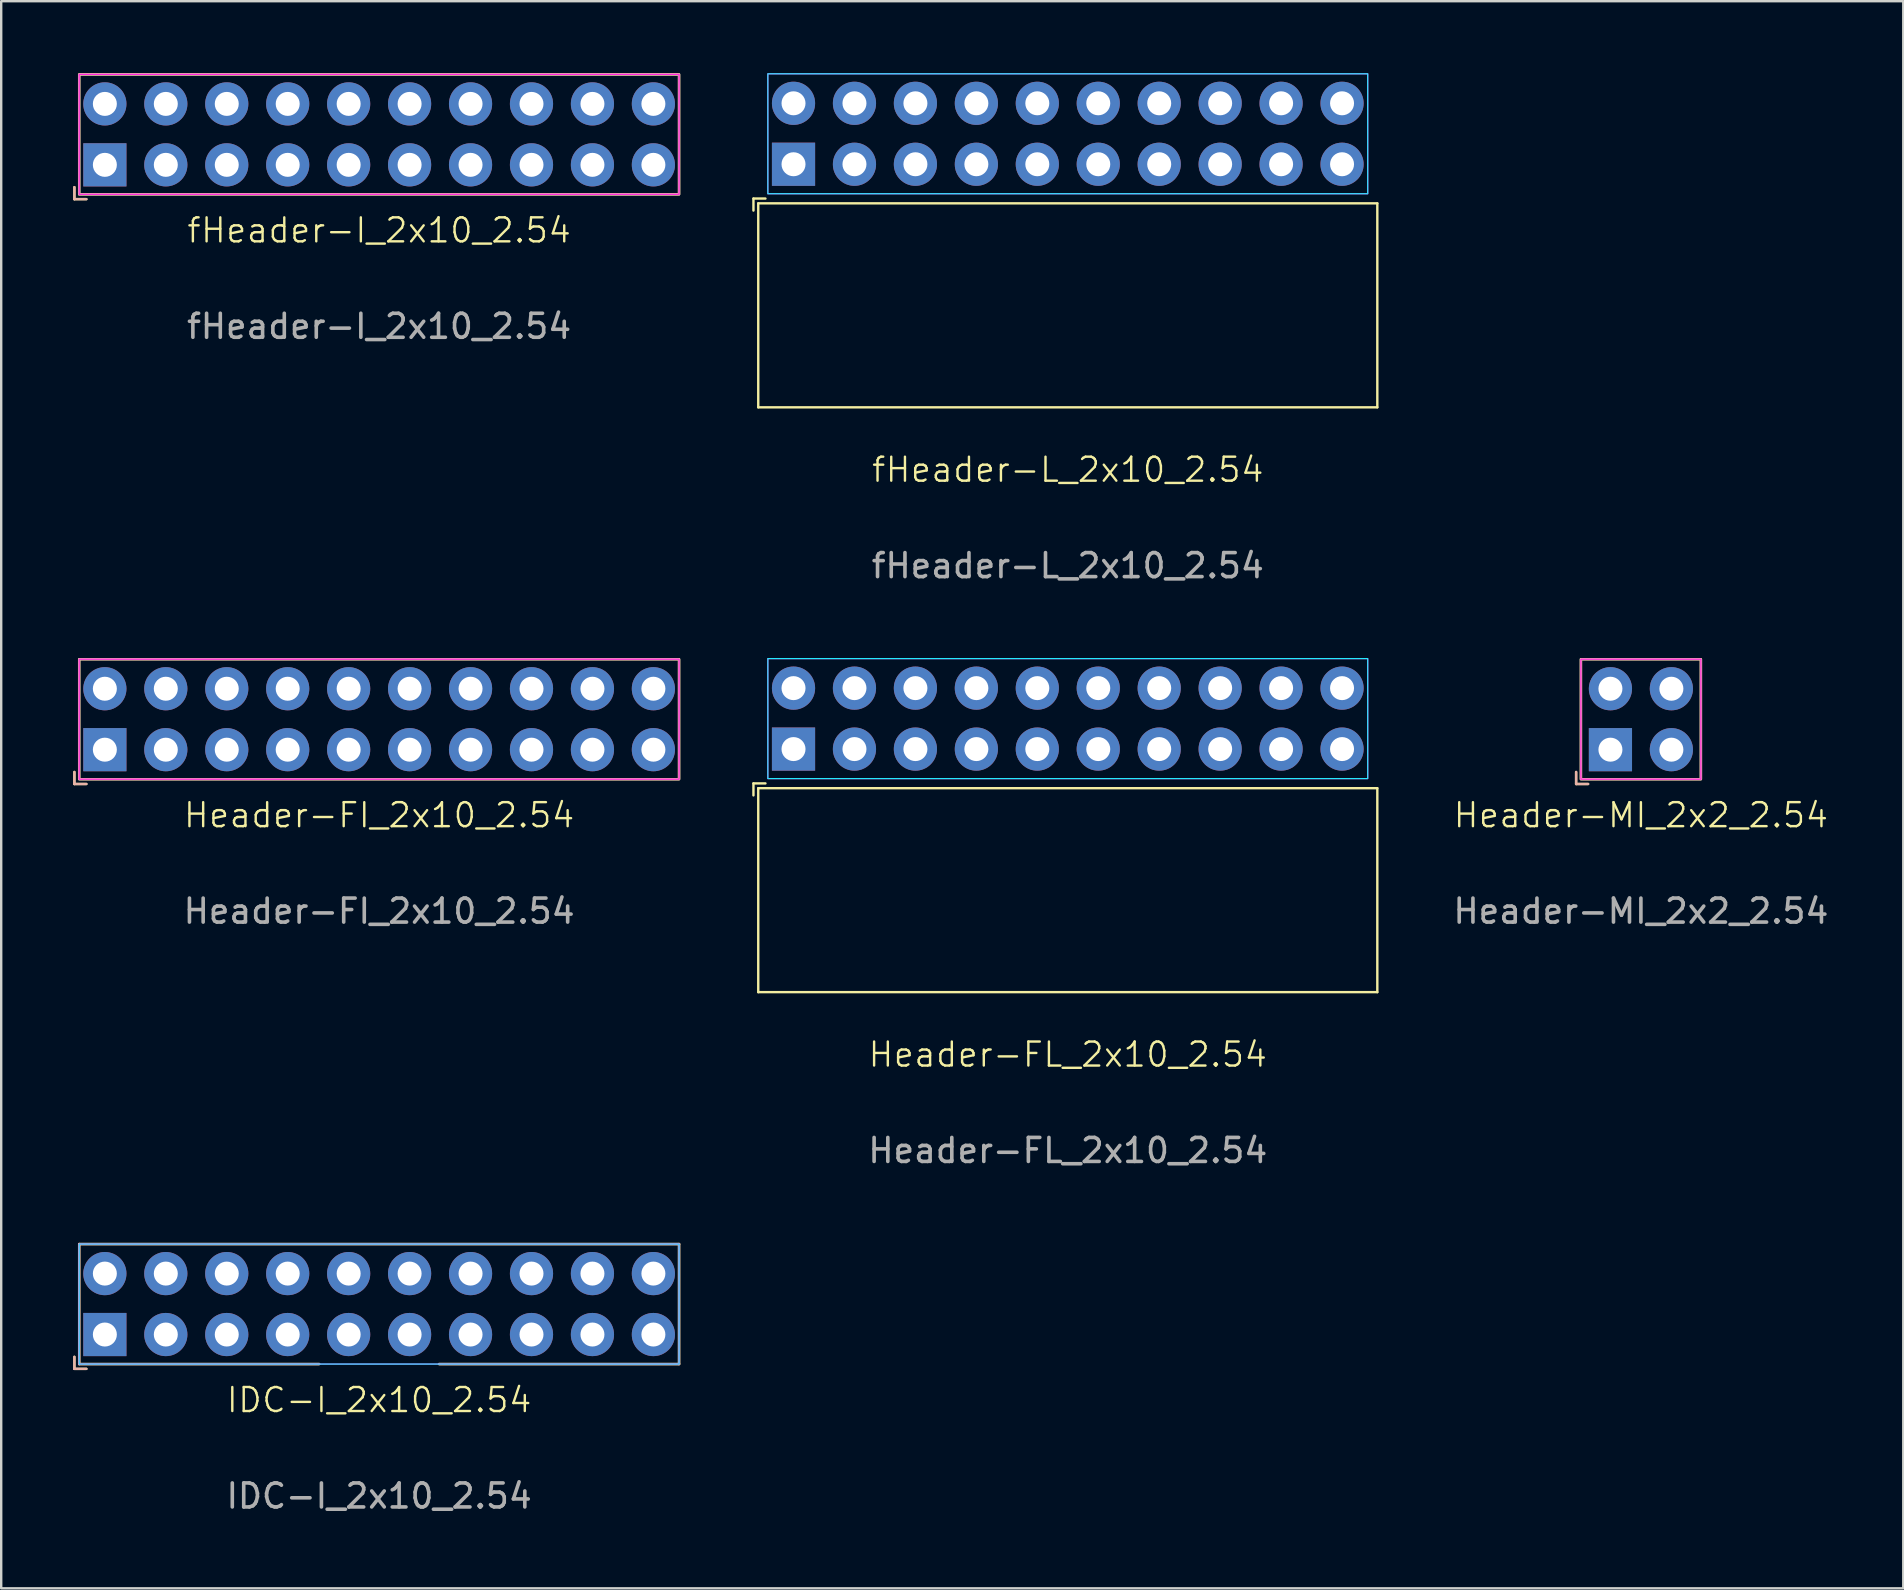
<source format=kicad_pcb>
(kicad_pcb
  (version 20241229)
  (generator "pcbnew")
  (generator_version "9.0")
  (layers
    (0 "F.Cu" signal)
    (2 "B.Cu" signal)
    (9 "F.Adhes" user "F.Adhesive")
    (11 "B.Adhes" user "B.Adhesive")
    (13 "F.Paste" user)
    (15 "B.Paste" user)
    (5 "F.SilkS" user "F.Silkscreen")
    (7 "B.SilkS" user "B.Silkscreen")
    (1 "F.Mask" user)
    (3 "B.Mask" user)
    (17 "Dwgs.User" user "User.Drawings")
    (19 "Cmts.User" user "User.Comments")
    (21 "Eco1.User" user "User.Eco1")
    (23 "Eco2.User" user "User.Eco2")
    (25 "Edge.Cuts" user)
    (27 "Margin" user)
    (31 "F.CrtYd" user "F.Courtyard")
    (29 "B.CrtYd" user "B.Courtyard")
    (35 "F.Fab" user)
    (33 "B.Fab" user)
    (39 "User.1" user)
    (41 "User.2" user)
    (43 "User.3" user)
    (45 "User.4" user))
  (footprint "fHeader-L_2x10_2.54"
    (layer "F.Cu")
    (at 41.45 2.525)
    (property "Reference" "fHeader-L_2x10_2.54" (at 0 14 0) (unlocked yes) (layer "F.SilkS") (effects (font (size 1 1) (thickness 0.1))))
    (attr through_hole)
    (fp_line (start -13.1 2.7) (end -13.1 3.2) (stroke (width 0.1) (type default)) (layer "F.SilkS"))
    (fp_line (start -13.1 2.7) (end -12.6 2.7) (stroke (width 0.1) (type default)) (layer "F.SilkS"))
    (fp_line (start -12.9 2.9) (end 12.9 2.9) (stroke (width 0.1) (type default)) (layer "F.SilkS"))
    (fp_line (start -12.9 11.4) (end -12.9 2.9) (stroke (width 0.1) (type default)) (layer "F.SilkS"))
    (fp_line (start 12.9 11.4) (end -12.9 11.4) (stroke (width 0.1) (type default)) (layer "F.SilkS"))
    (fp_line (start 12.9 11.4) (end 12.9 2.9) (stroke (width 0.1) (type default)) (layer "F.SilkS"))
    (fp_rect (start -12.5 2.5) (end 12.5 -2.5) (stroke (width 0.05) (type default)) (fill no) (layer "B.CrtYd"))
    (fp_rect (start -12.5 2.5) (end 12.5 -2.5) (stroke (width 0.05) (type default)) (fill no) (layer "F.CrtYd"))
    (fp_text user "${REFERENCE}" (at 0 18 0) (unlocked yes) (layer "F.Fab") (effects (font (size 1 1) (thickness 0.15))))
    (pad "1" thru_hole rect (at -11.43 1.27) (size 1.8 1.8) (drill 1) (layers "*.Cu" "*.Mask"))
    (pad "2" thru_hole circle (at -11.43 -1.27) (size 1.8 1.8) (drill 1) (layers "*.Cu" "*.Mask"))
    (pad "3" thru_hole circle (at -8.89 1.27) (size 1.8 1.8) (drill 1) (layers "*.Cu" "*.Mask"))
    (pad "4" thru_hole circle (at -8.89 -1.27) (size 1.8 1.8) (drill 1) (layers "*.Cu" "*.Mask"))
    (pad "5" thru_hole circle (at -6.35 1.27) (size 1.8 1.8) (drill 1) (layers "*.Cu" "*.Mask"))
    (pad "6" thru_hole circle (at -6.35 -1.27) (size 1.8 1.8) (drill 1) (layers "*.Cu" "*.Mask"))
    (pad "7" thru_hole circle (at -3.81 1.27) (size 1.8 1.8) (drill 1) (layers "*.Cu" "*.Mask"))
    (pad "8" thru_hole circle (at -3.81 -1.27) (size 1.8 1.8) (drill 1) (layers "*.Cu" "*.Mask"))
    (pad "9" thru_hole circle (at -1.27 1.27) (size 1.8 1.8) (drill 1) (layers "*.Cu" "*.Mask"))
    (pad "10" thru_hole circle (at -1.27 -1.27) (size 1.8 1.8) (drill 1) (layers "*.Cu" "*.Mask"))
    (pad "11" thru_hole circle (at 1.27 1.27) (size 1.8 1.8) (drill 1) (layers "*.Cu" "*.Mask"))
    (pad "12" thru_hole circle (at 1.27 -1.27) (size 1.8 1.8) (drill 1) (layers "*.Cu" "*.Mask"))
    (pad "13" thru_hole circle (at 3.81 1.27) (size 1.8 1.8) (drill 1) (layers "*.Cu" "*.Mask"))
    (pad "14" thru_hole circle (at 3.81 -1.27) (size 1.8 1.8) (drill 1) (layers "*.Cu" "*.Mask"))
    (pad "15" thru_hole circle (at 6.35 1.27) (size 1.8 1.8) (drill 1) (layers "*.Cu" "*.Mask"))
    (pad "16" thru_hole circle (at 6.35 -1.27) (size 1.8 1.8) (drill 1) (layers "*.Cu" "*.Mask"))
    (pad "17" thru_hole circle (at 8.89 1.27) (size 1.8 1.8) (drill 1) (layers "*.Cu" "*.Mask"))
    (pad "18" thru_hole circle (at 8.89 -1.27) (size 1.8 1.8) (drill 1) (layers "*.Cu" "*.Mask"))
    (pad "19" thru_hole circle (at 11.43 1.27) (size 1.8 1.8) (drill 1) (layers "*.Cu" "*.Mask"))
    (pad "20" thru_hole circle (at 11.43 -1.27) (size 1.8 1.8) (drill 1) (layers "*.Cu" "*.Mask")))
  (footprint "fHeader-I_2x10_2.54"
    (layer "F.Cu")
    (at 12.75 2.55)
    (property "Reference" "fHeader-I_2x10_2.54" (at 0 4 0) (unlocked yes) (layer "F.SilkS") (effects (font (size 1 1) (thickness 0.1))))
    (attr through_hole)
    (fp_line (start -12.7 2.2) (end -12.7 2.7) (stroke (width 0.1) (type default)) (layer "F.SilkS"))
    (fp_line (start -12.7 2.7) (end -12.2 2.7) (stroke (width 0.1) (type default)) (layer "F.SilkS"))
    (fp_rect (start -12.5 -2.5) (end 12.5 2.5) (stroke (width 0.1) (type default)) (fill no) (layer "F.SilkS"))
    (fp_line (start -12.7 2.7) (end -12.7 2.2) (stroke (width 0.1) (type default)) (layer "B.SilkS"))
    (fp_line (start -12.7 2.7) (end -12.2 2.7) (stroke (width 0.1) (type default)) (layer "B.SilkS"))
    (fp_rect (start -12.5 -2.5) (end 12.5 2.5) (stroke (width 0.1) (type default)) (fill no) (layer "B.SilkS"))
    (fp_rect (start -12.5 2.5) (end 12.5 -2.5) (stroke (width 0.05) (type default)) (fill no) (layer "F.CrtYd"))
    (fp_text user "${REFERENCE}" (at 0 8 0) (unlocked yes) (layer "F.Fab") (effects (font (size 1 1) (thickness 0.15))))
    (pad "1" thru_hole rect (at -11.43 1.27) (size 1.8 1.8) (drill 1) (layers "*.Cu" "*.Mask"))
    (pad "2" thru_hole circle (at -11.43 -1.27) (size 1.8 1.8) (drill 1) (layers "*.Cu" "*.Mask"))
    (pad "3" thru_hole circle (at -8.89 1.27) (size 1.8 1.8) (drill 1) (layers "*.Cu" "*.Mask"))
    (pad "4" thru_hole circle (at -8.89 -1.27) (size 1.8 1.8) (drill 1) (layers "*.Cu" "*.Mask"))
    (pad "5" thru_hole circle (at -6.35 1.27) (size 1.8 1.8) (drill 1) (layers "*.Cu" "*.Mask"))
    (pad "6" thru_hole circle (at -6.35 -1.27) (size 1.8 1.8) (drill 1) (layers "*.Cu" "*.Mask"))
    (pad "7" thru_hole circle (at -3.81 1.27) (size 1.8 1.8) (drill 1) (layers "*.Cu" "*.Mask"))
    (pad "8" thru_hole circle (at -3.81 -1.27) (size 1.8 1.8) (drill 1) (layers "*.Cu" "*.Mask"))
    (pad "9" thru_hole circle (at -1.27 1.27) (size 1.8 1.8) (drill 1) (layers "*.Cu" "*.Mask"))
    (pad "10" thru_hole circle (at -1.27 -1.27) (size 1.8 1.8) (drill 1) (layers "*.Cu" "*.Mask"))
    (pad "11" thru_hole circle (at 1.27 1.27) (size 1.8 1.8) (drill 1) (layers "*.Cu" "*.Mask"))
    (pad "12" thru_hole circle (at 1.27 -1.27) (size 1.8 1.8) (drill 1) (layers "*.Cu" "*.Mask"))
    (pad "13" thru_hole circle (at 3.81 1.27) (size 1.8 1.8) (drill 1) (layers "*.Cu" "*.Mask"))
    (pad "14" thru_hole circle (at 3.81 -1.27) (size 1.8 1.8) (drill 1) (layers "*.Cu" "*.Mask"))
    (pad "15" thru_hole circle (at 6.35 1.27) (size 1.8 1.8) (drill 1) (layers "*.Cu" "*.Mask"))
    (pad "16" thru_hole circle (at 6.35 -1.27) (size 1.8 1.8) (drill 1) (layers "*.Cu" "*.Mask"))
    (pad "17" thru_hole circle (at 8.89 1.27) (size 1.8 1.8) (drill 1) (layers "*.Cu" "*.Mask"))
    (pad "18" thru_hole circle (at 8.89 -1.27) (size 1.8 1.8) (drill 1) (layers "*.Cu" "*.Mask"))
    (pad "19" thru_hole circle (at 11.43 1.27) (size 1.8 1.8) (drill 1) (layers "*.Cu" "*.Mask"))
    (pad "20" thru_hole circle (at 11.43 -1.27) (size 1.8 1.8) (drill 1) (layers "*.Cu" "*.Mask")))
  (footprint "Header-FL_2x10_2.54"
    (layer "F.Cu")
    (at 41.45 26.898)
    (property "Reference" "Header-FL_2x10_2.54" (at 0 14 0) (unlocked yes) (layer "F.SilkS") (effects (font (size 1 1) (thickness 0.1))))
    (attr through_hole)
    (fp_line (start -13.1 2.7) (end -13.1 3.2) (stroke (width 0.1) (type default)) (layer "F.SilkS"))
    (fp_line (start -13.1 2.7) (end -12.6 2.7) (stroke (width 0.1) (type default)) (layer "F.SilkS"))
    (fp_line (start -12.9 2.9) (end 12.9 2.9) (stroke (width 0.1) (type default)) (layer "F.SilkS"))
    (fp_line (start -12.9 11.4) (end -12.9 2.9) (stroke (width 0.1) (type default)) (layer "F.SilkS"))
    (fp_line (start 12.9 11.4) (end -12.9 11.4) (stroke (width 0.1) (type default)) (layer "F.SilkS"))
    (fp_line (start 12.9 11.4) (end 12.9 2.9) (stroke (width 0.1) (type default)) (layer "F.SilkS"))
    (fp_rect (start -12.5 2.5) (end 12.5 -2.5) (stroke (width 0.05) (type default)) (fill no) (layer "B.CrtYd"))
    (fp_rect (start -12.5 2.5) (end 12.5 -2.5) (stroke (width 0.05) (type default)) (fill no) (layer "F.CrtYd"))
    (fp_text user "${REFERENCE}" (at 0 18 0) (unlocked yes) (layer "F.Fab") (effects (font (size 1 1) (thickness 0.15))))
    (pad "1" thru_hole rect (at -11.43 1.27) (size 1.8 1.8) (drill 1) (layers "*.Cu" "*.Mask"))
    (pad "2" thru_hole circle (at -11.43 -1.27) (size 1.8 1.8) (drill 1) (layers "*.Cu" "*.Mask"))
    (pad "3" thru_hole circle (at -8.89 1.27) (size 1.8 1.8) (drill 1) (layers "*.Cu" "*.Mask"))
    (pad "4" thru_hole circle (at -8.89 -1.27) (size 1.8 1.8) (drill 1) (layers "*.Cu" "*.Mask"))
    (pad "5" thru_hole circle (at -6.35 1.27) (size 1.8 1.8) (drill 1) (layers "*.Cu" "*.Mask"))
    (pad "6" thru_hole circle (at -6.35 -1.27) (size 1.8 1.8) (drill 1) (layers "*.Cu" "*.Mask"))
    (pad "7" thru_hole circle (at -3.81 1.27) (size 1.8 1.8) (drill 1) (layers "*.Cu" "*.Mask"))
    (pad "8" thru_hole circle (at -3.81 -1.27) (size 1.8 1.8) (drill 1) (layers "*.Cu" "*.Mask"))
    (pad "9" thru_hole circle (at -1.27 1.27) (size 1.8 1.8) (drill 1) (layers "*.Cu" "*.Mask"))
    (pad "10" thru_hole circle (at -1.27 -1.27) (size 1.8 1.8) (drill 1) (layers "*.Cu" "*.Mask"))
    (pad "11" thru_hole circle (at 1.27 1.27) (size 1.8 1.8) (drill 1) (layers "*.Cu" "*.Mask"))
    (pad "12" thru_hole circle (at 1.27 -1.27) (size 1.8 1.8) (drill 1) (layers "*.Cu" "*.Mask"))
    (pad "13" thru_hole circle (at 3.81 1.27) (size 1.8 1.8) (drill 1) (layers "*.Cu" "*.Mask"))
    (pad "14" thru_hole circle (at 3.81 -1.27) (size 1.8 1.8) (drill 1) (layers "*.Cu" "*.Mask"))
    (pad "15" thru_hole circle (at 6.35 1.27) (size 1.8 1.8) (drill 1) (layers "*.Cu" "*.Mask"))
    (pad "16" thru_hole circle (at 6.35 -1.27) (size 1.8 1.8) (drill 1) (layers "*.Cu" "*.Mask"))
    (pad "17" thru_hole circle (at 8.89 1.27) (size 1.8 1.8) (drill 1) (layers "*.Cu" "*.Mask"))
    (pad "18" thru_hole circle (at 8.89 -1.27) (size 1.8 1.8) (drill 1) (layers "*.Cu" "*.Mask"))
    (pad "19" thru_hole circle (at 11.43 1.27) (size 1.8 1.8) (drill 1) (layers "*.Cu" "*.Mask"))
    (pad "20" thru_hole circle (at 11.43 -1.27) (size 1.8 1.8) (drill 1) (layers "*.Cu" "*.Mask")))
  (footprint "Header-FI_2x10_2.54"
    (layer "F.Cu")
    (at 12.75 26.923)
    (property "Reference" "Header-FI_2x10_2.54" (at 0 4 0) (unlocked yes) (layer "F.SilkS") (effects (font (size 1 1) (thickness 0.1))))
    (attr through_hole)
    (fp_line (start -12.7 2.2) (end -12.7 2.7) (stroke (width 0.1) (type default)) (layer "F.SilkS"))
    (fp_line (start -12.7 2.7) (end -12.2 2.7) (stroke (width 0.1) (type default)) (layer "F.SilkS"))
    (fp_rect (start -12.5 -2.5) (end 12.5 2.5) (stroke (width 0.1) (type default)) (fill no) (layer "F.SilkS"))
    (fp_line (start -12.7 2.7) (end -12.7 2.2) (stroke (width 0.1) (type default)) (layer "B.SilkS"))
    (fp_line (start -12.7 2.7) (end -12.2 2.7) (stroke (width 0.1) (type default)) (layer "B.SilkS"))
    (fp_rect (start -12.5 -2.5) (end 12.5 2.5) (stroke (width 0.1) (type default)) (fill no) (layer "B.SilkS"))
    (fp_rect (start -12.5 2.5) (end 12.5 -2.5) (stroke (width 0.05) (type default)) (fill no) (layer "F.CrtYd"))
    (fp_text user "${REFERENCE}" (at 0 8 0) (unlocked yes) (layer "F.Fab") (effects (font (size 1 1) (thickness 0.15))))
    (pad "1" thru_hole rect (at -11.43 1.27) (size 1.8 1.8) (drill 1) (layers "*.Cu" "*.Mask"))
    (pad "2" thru_hole circle (at -11.43 -1.27) (size 1.8 1.8) (drill 1) (layers "*.Cu" "*.Mask"))
    (pad "3" thru_hole circle (at -8.89 1.27) (size 1.8 1.8) (drill 1) (layers "*.Cu" "*.Mask"))
    (pad "4" thru_hole circle (at -8.89 -1.27) (size 1.8 1.8) (drill 1) (layers "*.Cu" "*.Mask"))
    (pad "5" thru_hole circle (at -6.35 1.27) (size 1.8 1.8) (drill 1) (layers "*.Cu" "*.Mask"))
    (pad "6" thru_hole circle (at -6.35 -1.27) (size 1.8 1.8) (drill 1) (layers "*.Cu" "*.Mask"))
    (pad "7" thru_hole circle (at -3.81 1.27) (size 1.8 1.8) (drill 1) (layers "*.Cu" "*.Mask"))
    (pad "8" thru_hole circle (at -3.81 -1.27) (size 1.8 1.8) (drill 1) (layers "*.Cu" "*.Mask"))
    (pad "9" thru_hole circle (at -1.27 1.27) (size 1.8 1.8) (drill 1) (layers "*.Cu" "*.Mask"))
    (pad "10" thru_hole circle (at -1.27 -1.27) (size 1.8 1.8) (drill 1) (layers "*.Cu" "*.Mask"))
    (pad "11" thru_hole circle (at 1.27 1.27) (size 1.8 1.8) (drill 1) (layers "*.Cu" "*.Mask"))
    (pad "12" thru_hole circle (at 1.27 -1.27) (size 1.8 1.8) (drill 1) (layers "*.Cu" "*.Mask"))
    (pad "13" thru_hole circle (at 3.81 1.27) (size 1.8 1.8) (drill 1) (layers "*.Cu" "*.Mask"))
    (pad "14" thru_hole circle (at 3.81 -1.27) (size 1.8 1.8) (drill 1) (layers "*.Cu" "*.Mask"))
    (pad "15" thru_hole circle (at 6.35 1.27) (size 1.8 1.8) (drill 1) (layers "*.Cu" "*.Mask"))
    (pad "16" thru_hole circle (at 6.35 -1.27) (size 1.8 1.8) (drill 1) (layers "*.Cu" "*.Mask"))
    (pad "17" thru_hole circle (at 8.89 1.27) (size 1.8 1.8) (drill 1) (layers "*.Cu" "*.Mask"))
    (pad "18" thru_hole circle (at 8.89 -1.27) (size 1.8 1.8) (drill 1) (layers "*.Cu" "*.Mask"))
    (pad "19" thru_hole circle (at 11.43 1.27) (size 1.8 1.8) (drill 1) (layers "*.Cu" "*.Mask"))
    (pad "20" thru_hole circle (at 11.43 -1.27) (size 1.8 1.8) (drill 1) (layers "*.Cu" "*.Mask")))
  (footprint "IDC-I_2x10_2.54"
    (layer "F.Cu")
    (at 12.75 51.297)
    (property "Reference" "IDC-I_2x10_2.54" (at 0 4 0) (unlocked yes) (layer "F.SilkS") (effects (font (size 1 1) (thickness 0.1))))
    (attr through_hole)
    (fp_line (start -12.7 2.7) (end -12.7 2.2) (stroke (width 0.1) (type default)) (layer "F.SilkS"))
    (fp_line (start -12.5 -2.5) (end 12.5 -2.5) (stroke (width 0.1) (type default)) (layer "F.SilkS"))
    (fp_line (start -12.5 2.5) (end -12.5 -2.5) (stroke (width 0.1) (type default)) (layer "F.SilkS"))
    (fp_line (start -12.2 2.7) (end -12.7 2.7) (stroke (width 0.1) (type default)) (layer "F.SilkS"))
    (fp_line (start -2.5 2.5) (end -12.5 2.5) (stroke (width 0.1) (type default)) (layer "F.SilkS"))
    (fp_line (start 12.5 -2.5) (end 12.5 2.5) (stroke (width 0.1) (type default)) (layer "F.SilkS"))
    (fp_line (start 12.5 2.5) (end 2.5 2.5) (stroke (width 0.1) (type default)) (layer "F.SilkS"))
    (fp_line (start -12.7 2.2) (end -12.7 2.7) (stroke (width 0.1) (type default)) (layer "B.SilkS"))
    (fp_line (start -12.7 2.7) (end -12.2 2.7) (stroke (width 0.1) (type default)) (layer "B.SilkS"))
    (fp_line (start -12.5 -2.5) (end 12.5 -2.5) (stroke (width 0.1) (type default)) (layer "B.SilkS"))
    (fp_line (start -12.5 2.5) (end -12.5 -2.5) (stroke (width 0.1) (type default)) (layer "B.SilkS"))
    (fp_line (start -2.5 2.5) (end -12.5 2.5) (stroke (width 0.1) (type default)) (layer "B.SilkS"))
    (fp_line (start 12.5 -2.5) (end 12.5 2.5) (stroke (width 0.1) (type default)) (layer "B.SilkS"))
    (fp_line (start 12.5 2.5) (end 2.5 2.5) (stroke (width 0.1) (type default)) (layer "B.SilkS"))
    (fp_rect (start -12.5 -2.5) (end 12.5 2.5) (stroke (width 0.05) (type default)) (fill no) (layer "B.CrtYd"))
    (fp_rect (start -12.5 -2.5) (end 12.5 2.5) (stroke (width 0.05) (type default)) (fill no) (layer "F.CrtYd"))
    (fp_text user "${REFERENCE}" (at 0 8 0) (unlocked yes) (layer "F.Fab") (effects (font (size 1 1) (thickness 0.15))))
    (pad "1" thru_hole rect (at -11.43 1.27) (size 1.8 1.8) (drill 1) (layers "*.Cu" "*.Mask"))
    (pad "2" thru_hole circle (at -11.43 -1.27) (size 1.8 1.8) (drill 1) (layers "*.Cu" "*.Mask"))
    (pad "3" thru_hole circle (at -8.89 1.27) (size 1.8 1.8) (drill 1) (layers "*.Cu" "*.Mask"))
    (pad "4" thru_hole circle (at -8.89 -1.27) (size 1.8 1.8) (drill 1) (layers "*.Cu" "*.Mask"))
    (pad "5" thru_hole circle (at -6.35 1.27) (size 1.8 1.8) (drill 1) (layers "*.Cu" "*.Mask"))
    (pad "6" thru_hole circle (at -6.35 -1.27) (size 1.8 1.8) (drill 1) (layers "*.Cu" "*.Mask"))
    (pad "7" thru_hole circle (at -3.81 1.27) (size 1.8 1.8) (drill 1) (layers "*.Cu" "*.Mask"))
    (pad "8" thru_hole circle (at -3.81 -1.27) (size 1.8 1.8) (drill 1) (layers "*.Cu" "*.Mask"))
    (pad "9" thru_hole circle (at -1.27 1.27) (size 1.8 1.8) (drill 1) (layers "*.Cu" "*.Mask"))
    (pad "10" thru_hole circle (at -1.27 -1.27) (size 1.8 1.8) (drill 1) (layers "*.Cu" "*.Mask"))
    (pad "11" thru_hole circle (at 1.27 1.27) (size 1.8 1.8) (drill 1) (layers "*.Cu" "*.Mask"))
    (pad "12" thru_hole circle (at 1.27 -1.27) (size 1.8 1.8) (drill 1) (layers "*.Cu" "*.Mask"))
    (pad "13" thru_hole circle (at 3.81 1.27) (size 1.8 1.8) (drill 1) (layers "*.Cu" "*.Mask"))
    (pad "14" thru_hole circle (at 3.81 -1.27) (size 1.8 1.8) (drill 1) (layers "*.Cu" "*.Mask"))
    (pad "15" thru_hole circle (at 6.35 1.27) (size 1.8 1.8) (drill 1) (layers "*.Cu" "*.Mask"))
    (pad "16" thru_hole circle (at 6.35 -1.27) (size 1.8 1.8) (drill 1) (layers "*.Cu" "*.Mask"))
    (pad "17" thru_hole circle (at 8.89 1.27) (size 1.8 1.8) (drill 1) (layers "*.Cu" "*.Mask"))
    (pad "18" thru_hole circle (at 8.89 -1.27) (size 1.8 1.8) (drill 1) (layers "*.Cu" "*.Mask"))
    (pad "19" thru_hole circle (at 11.43 1.27) (size 1.8 1.8) (drill 1) (layers "*.Cu" "*.Mask"))
    (pad "20" thru_hole circle (at 11.43 -1.27) (size 1.8 1.8) (drill 1) (layers "*.Cu" "*.Mask")))
  (footprint "Header-MI_2x2_2.54"
    (layer "F.Cu")
    (at 65.335 26.923)
    (property "Reference" "Header-MI_2x2_2.54" (at 0 4 0) (unlocked yes) (layer "F.SilkS") (effects (font (size 1 1) (thickness 0.1))))
    (attr through_hole)
    (fp_line (start -2.7 2.7) (end -2.7 2.2) (stroke (width 0.1) (type default)) (layer "F.SilkS"))
    (fp_line (start -2.7 2.7) (end -2.2 2.7) (stroke (width 0.1) (type default)) (layer "F.SilkS"))
    (fp_rect (start -2.5 -2.5) (end 2.5 2.5) (stroke (width 0.1) (type default)) (fill no) (layer "F.SilkS"))
    (fp_line (start -2.7 2.2) (end -2.7 2.7) (stroke (width 0.1) (type default)) (layer "B.SilkS"))
    (fp_line (start -2.7 2.7) (end -2.2 2.7) (stroke (width 0.1) (type default)) (layer "B.SilkS"))
    (fp_rect (start -2.5 -2.5) (end 2.5 2.5) (stroke (width 0.1) (type default)) (fill no) (layer "B.SilkS"))
    (fp_rect (start -2.5 2.5) (end 2.5 -2.5) (stroke (width 0.05) (type default)) (fill no) (layer "F.CrtYd"))
    (fp_text user "${REFERENCE}" (at 0 8 0) (unlocked yes) (layer "F.Fab") (effects (font (size 1 1) (thickness 0.15))))
    (pad "1" thru_hole rect (at -1.27 1.27) (size 1.8 1.8) (drill 1) (layers "*.Cu" "*.Mask"))
    (pad "2" thru_hole circle (at -1.27 -1.27) (size 1.8 1.8) (drill 1) (layers "*.Cu" "*.Mask"))
    (pad "3" thru_hole circle (at 1.27 1.27) (size 1.8 1.8) (drill 1) (layers "*.Cu" "*.Mask"))
    (pad "4" thru_hole circle (at 1.27 -1.27) (size 1.8 1.8) (drill 1) (layers "*.Cu" "*.Mask")))
  (gr_rect
    (start -3 -3)
    (end 76.269 63.145)
    (stroke (width 0.1) (type default))
    (fill no)
    (layer "Edge.Cuts")))
</source>
